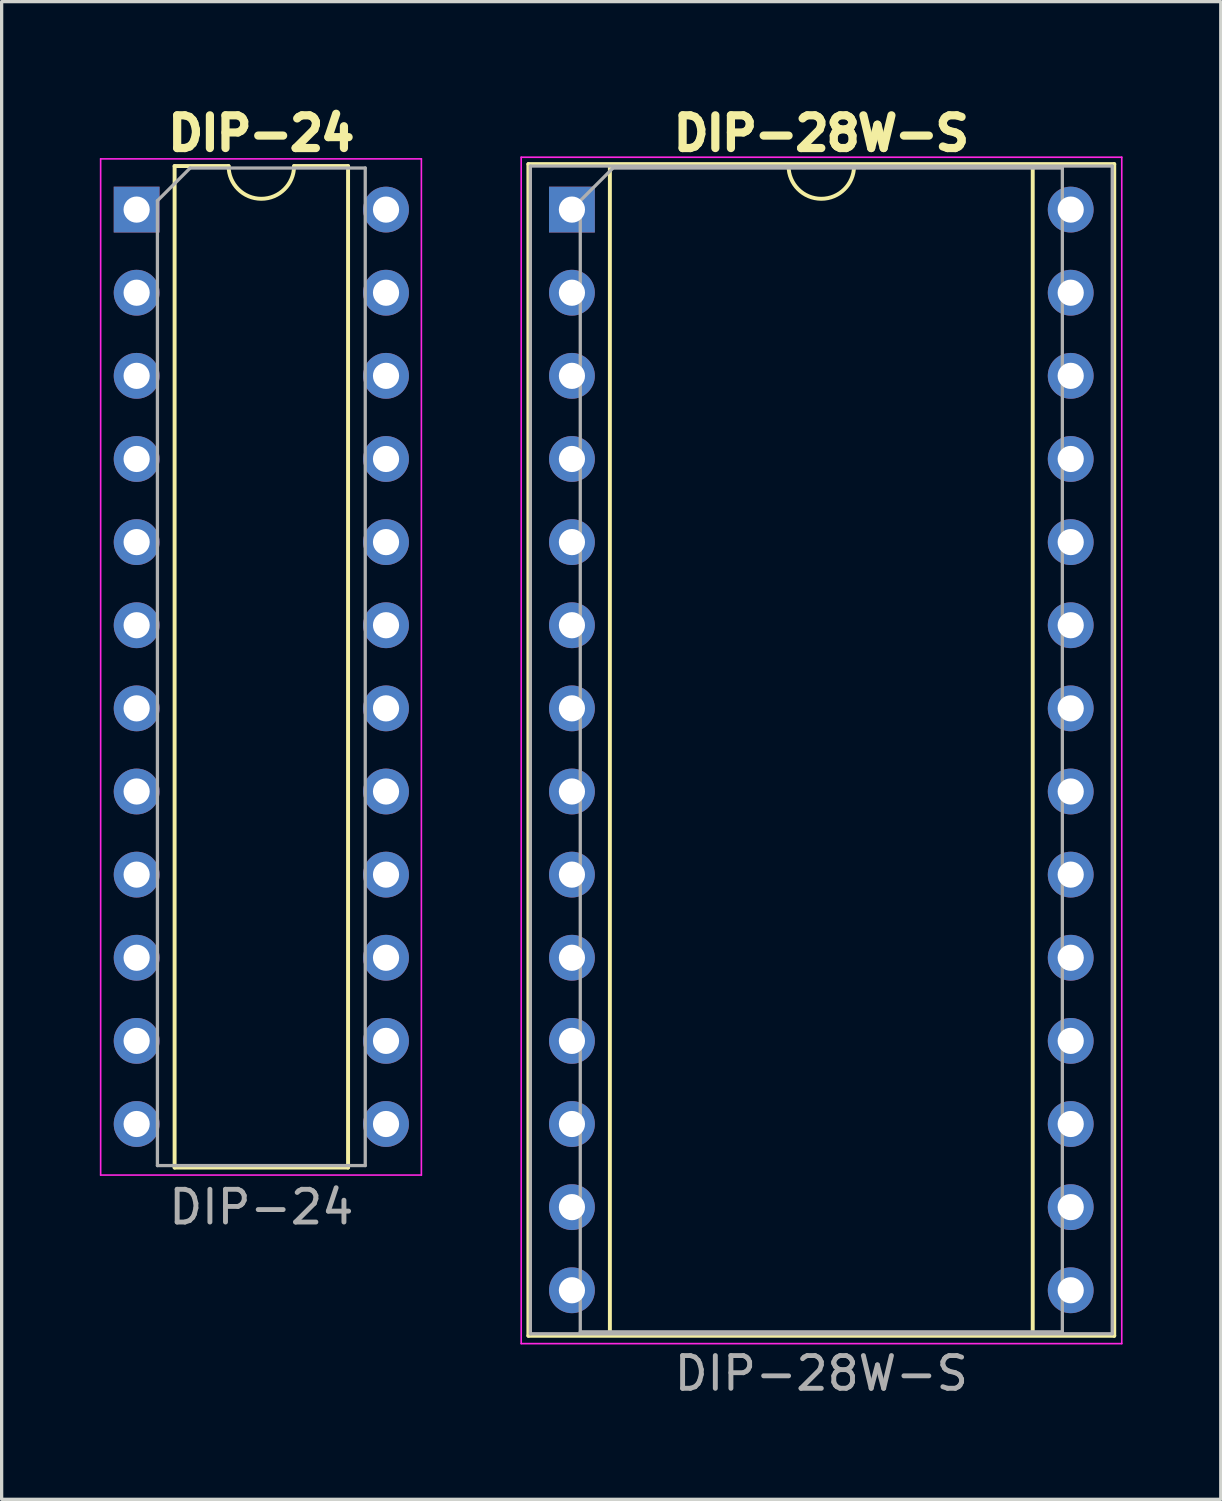
<source format=kicad_pcb>
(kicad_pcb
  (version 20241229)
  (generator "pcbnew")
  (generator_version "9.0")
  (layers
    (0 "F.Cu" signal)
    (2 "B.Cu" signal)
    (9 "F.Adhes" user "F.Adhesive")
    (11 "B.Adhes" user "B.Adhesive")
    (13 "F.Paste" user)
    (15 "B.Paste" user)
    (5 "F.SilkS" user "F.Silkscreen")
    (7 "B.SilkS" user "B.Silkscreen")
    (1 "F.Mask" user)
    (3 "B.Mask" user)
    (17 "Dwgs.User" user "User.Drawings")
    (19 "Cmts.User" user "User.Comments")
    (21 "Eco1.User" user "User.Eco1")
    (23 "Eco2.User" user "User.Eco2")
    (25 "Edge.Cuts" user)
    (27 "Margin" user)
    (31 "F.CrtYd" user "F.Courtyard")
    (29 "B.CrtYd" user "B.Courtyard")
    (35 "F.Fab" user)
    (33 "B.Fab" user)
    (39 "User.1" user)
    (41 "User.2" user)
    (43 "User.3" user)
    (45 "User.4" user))
  (footprint "DIP-24"
    (layer "F.Cu")
    (at 1.125 3.354)
    (property "Reference" "DIP-24" (at 3.81 -2.33 0) (layer "F.SilkS") (effects (font (size 1 1) (thickness 0.25))))
    (attr through_hole)
    (fp_line (start 1.16 -1.33) (end 1.16 29.27) (stroke (width 0.12) (type solid)) (layer "F.SilkS"))
    (fp_line (start 1.16 29.27) (end 6.46 29.27) (stroke (width 0.12) (type solid)) (layer "F.SilkS"))
    (fp_line (start 2.81 -1.33) (end 1.16 -1.33) (stroke (width 0.12) (type solid)) (layer "F.SilkS"))
    (fp_line (start 6.46 -1.33) (end 4.81 -1.33) (stroke (width 0.12) (type solid)) (layer "F.SilkS"))
    (fp_line (start 6.46 29.27) (end 6.46 -1.33) (stroke (width 0.12) (type solid)) (layer "F.SilkS"))
    (fp_arc (start 4.81 -1.33) (mid 3.81 -0.33) (end 2.81 -1.33) (stroke (width 0.12) (type solid)) (layer "F.SilkS"))
    (fp_line (start -1.1 -1.55) (end -1.1 29.5) (stroke (width 0.05) (type solid)) (layer "F.CrtYd"))
    (fp_line (start -1.1 29.5) (end 8.7 29.5) (stroke (width 0.05) (type solid)) (layer "F.CrtYd"))
    (fp_line (start 8.7 -1.55) (end -1.1 -1.55) (stroke (width 0.05) (type solid)) (layer "F.CrtYd"))
    (fp_line (start 8.7 29.5) (end 8.7 -1.55) (stroke (width 0.05) (type solid)) (layer "F.CrtYd"))
    (fp_line (start 0.635 -0.27) (end 1.635 -1.27) (stroke (width 0.1) (type solid)) (layer "F.Fab"))
    (fp_line (start 0.635 29.21) (end 0.635 -0.27) (stroke (width 0.1) (type solid)) (layer "F.Fab"))
    (fp_line (start 1.635 -1.27) (end 6.985 -1.27) (stroke (width 0.1) (type solid)) (layer "F.Fab"))
    (fp_line (start 6.985 -1.27) (end 6.985 29.21) (stroke (width 0.1) (type solid)) (layer "F.Fab"))
    (fp_line (start 6.985 29.21) (end 0.635 29.21) (stroke (width 0.1) (type solid)) (layer "F.Fab"))
    (fp_text user "${REFERENCE}" (at 3.81 30.48 0) (layer "F.Fab") (effects (font (size 1 1) (thickness 0.15))))
    (pad "1" thru_hole rect (at 0 0) (size 1.4 1.4) (drill 0.8) (layers "*.Cu" "*.Mask"))
    (pad "2" thru_hole circle (at 0 2.54) (size 1.4 1.4) (drill 0.8) (layers "*.Cu" "*.Mask"))
    (pad "3" thru_hole circle (at 0 5.08) (size 1.4 1.4) (drill 0.8) (layers "*.Cu" "*.Mask"))
    (pad "4" thru_hole circle (at 0 7.62) (size 1.4 1.4) (drill 0.8) (layers "*.Cu" "*.Mask"))
    (pad "5" thru_hole circle (at 0 10.16) (size 1.4 1.4) (drill 0.8) (layers "*.Cu" "*.Mask"))
    (pad "6" thru_hole circle (at 0 12.7) (size 1.4 1.4) (drill 0.8) (layers "*.Cu" "*.Mask"))
    (pad "7" thru_hole circle (at 0 15.24) (size 1.4 1.4) (drill 0.8) (layers "*.Cu" "*.Mask"))
    (pad "8" thru_hole circle (at 0 17.78) (size 1.4 1.4) (drill 0.8) (layers "*.Cu" "*.Mask"))
    (pad "9" thru_hole circle (at 0 20.32) (size 1.4 1.4) (drill 0.8) (layers "*.Cu" "*.Mask"))
    (pad "10" thru_hole circle (at 0 22.86) (size 1.4 1.4) (drill 0.8) (layers "*.Cu" "*.Mask"))
    (pad "11" thru_hole circle (at 0 25.4) (size 1.4 1.4) (drill 0.8) (layers "*.Cu" "*.Mask"))
    (pad "12" thru_hole circle (at 0 27.94) (size 1.4 1.4) (drill 0.8) (layers "*.Cu" "*.Mask"))
    (pad "13" thru_hole circle (at 7.62 27.94) (size 1.4 1.4) (drill 0.8) (layers "*.Cu" "*.Mask"))
    (pad "14" thru_hole circle (at 7.62 25.4) (size 1.4 1.4) (drill 0.8) (layers "*.Cu" "*.Mask"))
    (pad "15" thru_hole circle (at 7.62 22.86) (size 1.4 1.4) (drill 0.8) (layers "*.Cu" "*.Mask"))
    (pad "16" thru_hole circle (at 7.62 20.32) (size 1.4 1.4) (drill 0.8) (layers "*.Cu" "*.Mask"))
    (pad "17" thru_hole circle (at 7.62 17.78) (size 1.4 1.4) (drill 0.8) (layers "*.Cu" "*.Mask"))
    (pad "18" thru_hole circle (at 7.62 15.24) (size 1.4 1.4) (drill 0.8) (layers "*.Cu" "*.Mask"))
    (pad "19" thru_hole circle (at 7.62 12.7) (size 1.4 1.4) (drill 0.8) (layers "*.Cu" "*.Mask"))
    (pad "20" thru_hole circle (at 7.62 10.16) (size 1.4 1.4) (drill 0.8) (layers "*.Cu" "*.Mask"))
    (pad "21" thru_hole circle (at 7.62 7.62) (size 1.4 1.4) (drill 0.8) (layers "*.Cu" "*.Mask"))
    (pad "22" thru_hole circle (at 7.62 5.08) (size 1.4 1.4) (drill 0.8) (layers "*.Cu" "*.Mask"))
    (pad "23" thru_hole circle (at 7.62 2.54) (size 1.4 1.4) (drill 0.8) (layers "*.Cu" "*.Mask"))
    (pad "24" thru_hole circle (at 7.62 0) (size 1.4 1.4) (drill 0.8) (layers "*.Cu" "*.Mask")))
  (footprint "DIP-28W-S"
    (layer "F.Cu")
    (at 14.425 3.354)
    (property "Reference" "DIP-28W-S" (at 7.62 -2.33 0) (layer "F.SilkS") (effects (font (size 1 1) (thickness 0.25))))
    (attr through_hole)
    (fp_line (start -1.33 -1.39) (end -1.33 34.41) (stroke (width 0.12) (type solid)) (layer "F.SilkS"))
    (fp_line (start -1.33 34.41) (end 16.57 34.41) (stroke (width 0.12) (type solid)) (layer "F.SilkS"))
    (fp_line (start 1.16 -1.33) (end 1.16 34.35) (stroke (width 0.12) (type solid)) (layer "F.SilkS"))
    (fp_line (start 1.16 34.35) (end 14.08 34.35) (stroke (width 0.12) (type solid)) (layer "F.SilkS"))
    (fp_line (start 6.62 -1.33) (end 1.16 -1.33) (stroke (width 0.12) (type solid)) (layer "F.SilkS"))
    (fp_line (start 14.08 -1.33) (end 8.62 -1.33) (stroke (width 0.12) (type solid)) (layer "F.SilkS"))
    (fp_line (start 14.08 34.35) (end 14.08 -1.33) (stroke (width 0.12) (type solid)) (layer "F.SilkS"))
    (fp_line (start 16.57 -1.39) (end -1.33 -1.39) (stroke (width 0.12) (type solid)) (layer "F.SilkS"))
    (fp_line (start 16.57 34.41) (end 16.57 -1.39) (stroke (width 0.12) (type solid)) (layer "F.SilkS"))
    (fp_arc (start 8.62 -1.33) (mid 7.62 -0.33) (end 6.62 -1.33) (stroke (width 0.12) (type solid)) (layer "F.SilkS"))
    (fp_line (start -1.55 -1.6) (end -1.55 34.65) (stroke (width 0.05) (type solid)) (layer "F.CrtYd"))
    (fp_line (start -1.55 34.65) (end 16.8 34.65) (stroke (width 0.05) (type solid)) (layer "F.CrtYd"))
    (fp_line (start 16.8 -1.6) (end -1.55 -1.6) (stroke (width 0.05) (type solid)) (layer "F.CrtYd"))
    (fp_line (start 16.8 34.65) (end 16.8 -1.6) (stroke (width 0.05) (type solid)) (layer "F.CrtYd"))
    (fp_line (start -1.27 -1.33) (end -1.27 34.35) (stroke (width 0.1) (type solid)) (layer "F.Fab"))
    (fp_line (start -1.27 34.35) (end 16.51 34.35) (stroke (width 0.1) (type solid)) (layer "F.Fab"))
    (fp_line (start 0.255 -0.27) (end 1.255 -1.27) (stroke (width 0.1) (type solid)) (layer "F.Fab"))
    (fp_line (start 0.255 34.29) (end 0.255 -0.27) (stroke (width 0.1) (type solid)) (layer "F.Fab"))
    (fp_line (start 1.255 -1.27) (end 14.985 -1.27) (stroke (width 0.1) (type solid)) (layer "F.Fab"))
    (fp_line (start 14.985 -1.27) (end 14.985 34.29) (stroke (width 0.1) (type solid)) (layer "F.Fab"))
    (fp_line (start 14.985 34.29) (end 0.255 34.29) (stroke (width 0.1) (type solid)) (layer "F.Fab"))
    (fp_line (start 16.51 -1.33) (end -1.27 -1.33) (stroke (width 0.1) (type solid)) (layer "F.Fab"))
    (fp_line (start 16.51 34.35) (end 16.51 -1.33) (stroke (width 0.1) (type solid)) (layer "F.Fab"))
    (fp_text user "${REFERENCE}" (at 7.62 35.56 0) (layer "F.Fab") (effects (font (size 1 1) (thickness 0.15))))
    (pad "1" thru_hole rect (at 0 0) (size 1.4 1.4) (drill 0.8) (layers "*.Cu" "*.Mask"))
    (pad "2" thru_hole circle (at 0 2.54) (size 1.4 1.4) (drill 0.8) (layers "*.Cu" "*.Mask"))
    (pad "3" thru_hole circle (at 0 5.08) (size 1.4 1.4) (drill 0.8) (layers "*.Cu" "*.Mask"))
    (pad "4" thru_hole circle (at 0 7.62) (size 1.4 1.4) (drill 0.8) (layers "*.Cu" "*.Mask"))
    (pad "5" thru_hole circle (at 0 10.16) (size 1.4 1.4) (drill 0.8) (layers "*.Cu" "*.Mask"))
    (pad "6" thru_hole circle (at 0 12.7) (size 1.4 1.4) (drill 0.8) (layers "*.Cu" "*.Mask"))
    (pad "7" thru_hole circle (at 0 15.24) (size 1.4 1.4) (drill 0.8) (layers "*.Cu" "*.Mask"))
    (pad "8" thru_hole circle (at 0 17.78) (size 1.4 1.4) (drill 0.8) (layers "*.Cu" "*.Mask"))
    (pad "9" thru_hole circle (at 0 20.32) (size 1.4 1.4) (drill 0.8) (layers "*.Cu" "*.Mask"))
    (pad "10" thru_hole circle (at 0 22.86) (size 1.4 1.4) (drill 0.8) (layers "*.Cu" "*.Mask"))
    (pad "11" thru_hole circle (at 0 25.4) (size 1.4 1.4) (drill 0.8) (layers "*.Cu" "*.Mask"))
    (pad "12" thru_hole circle (at 0 27.94) (size 1.4 1.4) (drill 0.8) (layers "*.Cu" "*.Mask"))
    (pad "13" thru_hole circle (at 0 30.48) (size 1.4 1.4) (drill 0.8) (layers "*.Cu" "*.Mask"))
    (pad "14" thru_hole circle (at 0 33.02) (size 1.4 1.4) (drill 0.8) (layers "*.Cu" "*.Mask"))
    (pad "15" thru_hole circle (at 15.24 33.02) (size 1.4 1.4) (drill 0.8) (layers "*.Cu" "*.Mask"))
    (pad "16" thru_hole circle (at 15.24 30.48) (size 1.4 1.4) (drill 0.8) (layers "*.Cu" "*.Mask"))
    (pad "17" thru_hole circle (at 15.24 27.94) (size 1.4 1.4) (drill 0.8) (layers "*.Cu" "*.Mask"))
    (pad "18" thru_hole circle (at 15.24 25.4) (size 1.4 1.4) (drill 0.8) (layers "*.Cu" "*.Mask"))
    (pad "19" thru_hole circle (at 15.24 22.86) (size 1.4 1.4) (drill 0.8) (layers "*.Cu" "*.Mask"))
    (pad "20" thru_hole circle (at 15.24 20.32) (size 1.4 1.4) (drill 0.8) (layers "*.Cu" "*.Mask"))
    (pad "21" thru_hole circle (at 15.24 17.78) (size 1.4 1.4) (drill 0.8) (layers "*.Cu" "*.Mask"))
    (pad "22" thru_hole circle (at 15.24 15.24) (size 1.4 1.4) (drill 0.8) (layers "*.Cu" "*.Mask"))
    (pad "23" thru_hole circle (at 15.24 12.7) (size 1.4 1.4) (drill 0.8) (layers "*.Cu" "*.Mask"))
    (pad "24" thru_hole circle (at 15.24 10.16) (size 1.4 1.4) (drill 0.8) (layers "*.Cu" "*.Mask"))
    (pad "25" thru_hole circle (at 15.24 7.62) (size 1.4 1.4) (drill 0.8) (layers "*.Cu" "*.Mask"))
    (pad "26" thru_hole circle (at 15.24 5.08) (size 1.4 1.4) (drill 0.8) (layers "*.Cu" "*.Mask"))
    (pad "27" thru_hole circle (at 15.24 2.54) (size 1.4 1.4) (drill 0.8) (layers "*.Cu" "*.Mask"))
    (pad "28" thru_hole circle (at 15.24 0) (size 1.4 1.4) (drill 0.8) (layers "*.Cu" "*.Mask")))
  (gr_rect
    (start -3 -3)
    (end 34.25 42.762)
    (stroke (width 0.1) (type default))
    (fill no)
    (layer "Edge.Cuts")))
</source>
